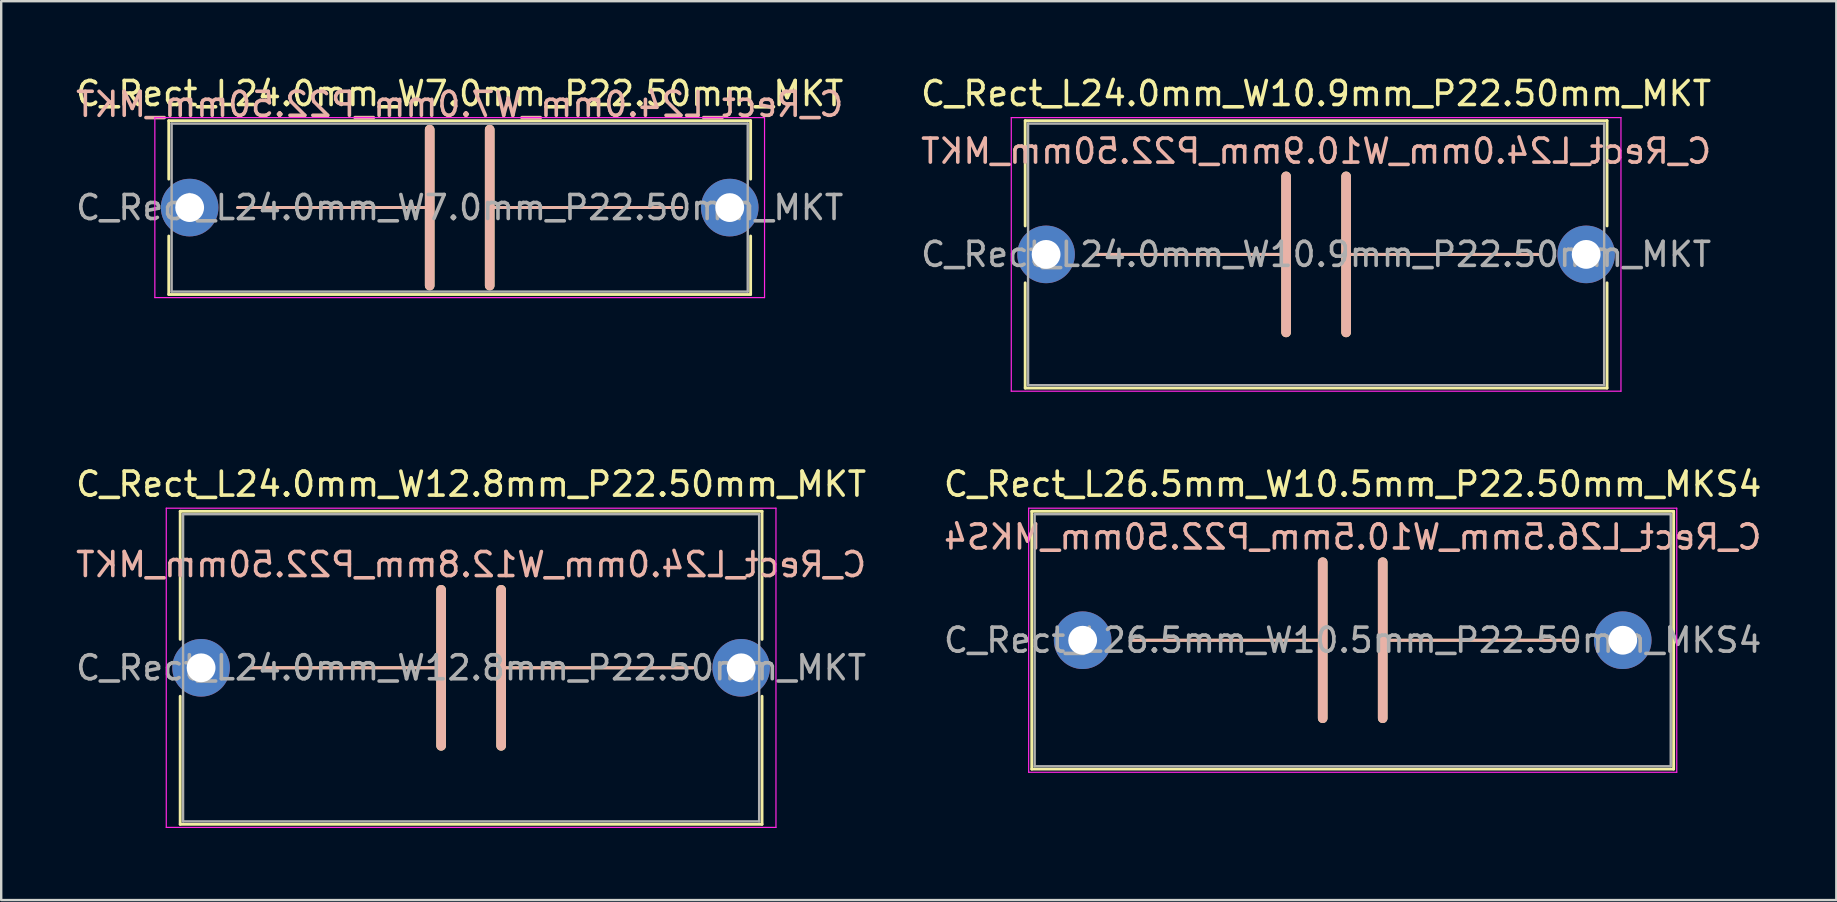
<source format=kicad_pcb>
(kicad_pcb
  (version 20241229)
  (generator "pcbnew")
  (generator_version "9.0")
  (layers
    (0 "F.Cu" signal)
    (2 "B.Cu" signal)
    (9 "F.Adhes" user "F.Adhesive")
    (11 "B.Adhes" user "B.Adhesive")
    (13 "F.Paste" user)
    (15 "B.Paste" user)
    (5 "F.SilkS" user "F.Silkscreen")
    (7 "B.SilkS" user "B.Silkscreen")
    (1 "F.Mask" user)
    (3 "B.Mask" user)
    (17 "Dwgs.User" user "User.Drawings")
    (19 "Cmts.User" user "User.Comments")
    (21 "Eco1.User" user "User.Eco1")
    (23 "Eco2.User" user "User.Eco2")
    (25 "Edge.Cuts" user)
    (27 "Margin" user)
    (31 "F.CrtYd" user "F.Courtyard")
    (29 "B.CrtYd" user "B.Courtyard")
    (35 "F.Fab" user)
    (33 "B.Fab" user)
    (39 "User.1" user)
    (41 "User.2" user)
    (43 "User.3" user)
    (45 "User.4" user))
  (footprint "C_Rect_L24.0mm_W12.8mm_P22.50mm_MKT"
    (layer "F.Cu")
    (at 5.327 24.771)
    (property "Reference" "C_Rect_L24.0mm_W12.8mm_P22.50mm_MKT" (at 11.25 -7.65 0) (layer "F.SilkS") (effects (font (size 1 1) (thickness 0.15))))
    (fp_line (start -0.87 -6.52) (end -0.87 -1.185) (stroke (width 0.12) (type solid)) (layer "F.SilkS"))
    (fp_line (start -0.87 -6.52) (end 23.37 -6.52) (stroke (width 0.12) (type solid)) (layer "F.SilkS"))
    (fp_line (start -0.87 1.185) (end -0.87 6.52) (stroke (width 0.12) (type solid)) (layer "F.SilkS"))
    (fp_line (start -0.87 6.52) (end 23.37 6.52) (stroke (width 0.12) (type solid)) (layer "F.SilkS"))
    (fp_line (start 2 0) (end 10 0) (stroke (width 0.12) (type solid)) (layer "F.SilkS"))
    (fp_line (start 10 -3.25) (end 10 3.25) (stroke (width 0.4) (type solid)) (layer "F.SilkS"))
    (fp_line (start 12.5 -3.25) (end 12.5 3.25) (stroke (width 0.4) (type solid)) (layer "F.SilkS"))
    (fp_line (start 12.5 0) (end 20.5 0) (stroke (width 0.12) (type solid)) (layer "F.SilkS"))
    (fp_line (start 23.37 -6.52) (end 23.37 -1.185) (stroke (width 0.12) (type solid)) (layer "F.SilkS"))
    (fp_line (start 23.37 1.185) (end 23.37 6.52) (stroke (width 0.12) (type solid)) (layer "F.SilkS"))
    (fp_line (start 2 0) (end 10 0) (stroke (width 0.12) (type solid)) (layer "B.SilkS"))
    (fp_line (start 10 3.25) (end 10 -3.25) (stroke (width 0.4) (type solid)) (layer "B.SilkS"))
    (fp_line (start 12.5 0) (end 20.5 0) (stroke (width 0.12) (type solid)) (layer "B.SilkS"))
    (fp_line (start 12.5 3.25) (end 12.5 -3.25) (stroke (width 0.4) (type solid)) (layer "B.SilkS"))
    (fp_line (start -1.45 -6.65) (end -1.45 6.65) (stroke (width 0.05) (type solid)) (layer "F.CrtYd"))
    (fp_line (start -1.45 6.65) (end 23.95 6.65) (stroke (width 0.05) (type solid)) (layer "F.CrtYd"))
    (fp_line (start 23.95 -6.65) (end -1.45 -6.65) (stroke (width 0.05) (type solid)) (layer "F.CrtYd"))
    (fp_line (start 23.95 6.65) (end 23.95 -6.65) (stroke (width 0.05) (type solid)) (layer "F.CrtYd"))
    (fp_line (start -0.75 -6.4) (end -0.75 6.4) (stroke (width 0.1) (type solid)) (layer "F.Fab"))
    (fp_line (start -0.75 6.4) (end 23.25 6.4) (stroke (width 0.1) (type solid)) (layer "F.Fab"))
    (fp_line (start 23.25 -6.4) (end -0.75 -6.4) (stroke (width 0.1) (type solid)) (layer "F.Fab"))
    (fp_line (start 23.25 6.4) (end 23.25 -6.4) (stroke (width 0.1) (type solid)) (layer "F.Fab"))
    (fp_text user "${REFERENCE}" (at 11.25 -4.3 0) (layer "B.SilkS") (effects (font (size 1 1) (thickness 0.15)) (justify mirror)))
    (fp_text user "${REFERENCE}" (at 11.25 0 0) (layer "F.Fab") (effects (font (size 1 1) (thickness 0.15))))
    (pad "1" thru_hole circle (at 0 0) (size 2.4 2.4) (drill 1.2) (layers "*.Cu" "*.Mask"))
    (pad "2" thru_hole circle (at 22.5 0) (size 2.4 2.4) (drill 1.2) (layers "*.Cu" "*.Mask")))
  (footprint "C_Rect_L24.0mm_W7.0mm_P22.50mm_MKT"
    (layer "F.Cu")
    (at 4.851 5.598)
    (property "Reference" "C_Rect_L24.0mm_W7.0mm_P22.50mm_MKT" (at 11.25 -4.75 0) (layer "F.SilkS") (effects (font (size 1 1) (thickness 0.15))))
    (fp_line (start -0.87 -3.62) (end -0.87 -1.185) (stroke (width 0.12) (type solid)) (layer "F.SilkS"))
    (fp_line (start -0.87 -3.62) (end 23.37 -3.62) (stroke (width 0.12) (type solid)) (layer "F.SilkS"))
    (fp_line (start -0.87 1.185) (end -0.87 3.62) (stroke (width 0.12) (type solid)) (layer "F.SilkS"))
    (fp_line (start -0.87 3.62) (end 23.37 3.62) (stroke (width 0.12) (type solid)) (layer "F.SilkS"))
    (fp_line (start 2 0) (end 10 0) (stroke (width 0.12) (type solid)) (layer "F.SilkS"))
    (fp_line (start 10 -3.25) (end 10 3.25) (stroke (width 0.4) (type solid)) (layer "F.SilkS"))
    (fp_line (start 12.5 -3.25) (end 12.5 3.25) (stroke (width 0.4) (type solid)) (layer "F.SilkS"))
    (fp_line (start 12.5 0) (end 20.5 0) (stroke (width 0.12) (type solid)) (layer "F.SilkS"))
    (fp_line (start 23.37 -3.62) (end 23.37 -1.185) (stroke (width 0.12) (type solid)) (layer "F.SilkS"))
    (fp_line (start 23.37 1.185) (end 23.37 3.62) (stroke (width 0.12) (type solid)) (layer "F.SilkS"))
    (fp_line (start 2 0) (end 10 0) (stroke (width 0.12) (type solid)) (layer "B.SilkS"))
    (fp_line (start 10 3.25) (end 10 -3.25) (stroke (width 0.4) (type solid)) (layer "B.SilkS"))
    (fp_line (start 12.5 0) (end 20.5 0) (stroke (width 0.12) (type solid)) (layer "B.SilkS"))
    (fp_line (start 12.5 3.25) (end 12.5 -3.25) (stroke (width 0.4) (type solid)) (layer "B.SilkS"))
    (fp_line (start -1.45 -3.75) (end -1.45 3.75) (stroke (width 0.05) (type solid)) (layer "F.CrtYd"))
    (fp_line (start -1.45 3.75) (end 23.95 3.75) (stroke (width 0.05) (type solid)) (layer "F.CrtYd"))
    (fp_line (start 23.95 -3.75) (end -1.45 -3.75) (stroke (width 0.05) (type solid)) (layer "F.CrtYd"))
    (fp_line (start 23.95 3.75) (end 23.95 -3.75) (stroke (width 0.05) (type solid)) (layer "F.CrtYd"))
    (fp_line (start -0.75 -3.5) (end -0.75 3.5) (stroke (width 0.1) (type solid)) (layer "F.Fab"))
    (fp_line (start -0.75 3.5) (end 23.25 3.5) (stroke (width 0.1) (type solid)) (layer "F.Fab"))
    (fp_line (start 23.25 -3.5) (end -0.75 -3.5) (stroke (width 0.1) (type solid)) (layer "F.Fab"))
    (fp_line (start 23.25 3.5) (end 23.25 -3.5) (stroke (width 0.1) (type solid)) (layer "F.Fab"))
    (fp_text user "${REFERENCE}" (at 11.25 -4.3 0) (layer "B.SilkS") (effects (font (size 1 1) (thickness 0.15)) (justify mirror)))
    (fp_text user "${REFERENCE}" (at 11.25 0 0) (layer "F.Fab") (effects (font (size 1 1) (thickness 0.15))))
    (pad "1" thru_hole circle (at 0 0) (size 2.4 2.4) (drill 1.2) (layers "*.Cu" "*.Mask"))
    (pad "2" thru_hole circle (at 22.5 0) (size 2.4 2.4) (drill 1.2) (layers "*.Cu" "*.Mask")))
  (footprint "C_Rect_L26.5mm_W10.5mm_P22.50mm_MKS4"
    (layer "F.Cu")
    (at 42.054 23.622)
    (property "Reference" "C_Rect_L26.5mm_W10.5mm_P22.50mm_MKS4" (at 11.25 -6.5 0) (layer "F.SilkS") (effects (font (size 1 1) (thickness 0.15))))
    (fp_line (start -2.12 -5.37) (end -2.12 5.37) (stroke (width 0.12) (type solid)) (layer "F.SilkS"))
    (fp_line (start -2.12 -5.37) (end 24.62 -5.37) (stroke (width 0.12) (type solid)) (layer "F.SilkS"))
    (fp_line (start -2.12 5.37) (end 24.62 5.37) (stroke (width 0.12) (type solid)) (layer "F.SilkS"))
    (fp_line (start 2 0) (end 10 0) (stroke (width 0.12) (type solid)) (layer "F.SilkS"))
    (fp_line (start 10 -3.25) (end 10 3.25) (stroke (width 0.4) (type solid)) (layer "F.SilkS"))
    (fp_line (start 12.5 -3.25) (end 12.5 3.25) (stroke (width 0.4) (type solid)) (layer "F.SilkS"))
    (fp_line (start 12.5 0) (end 20.5 0) (stroke (width 0.12) (type solid)) (layer "F.SilkS"))
    (fp_line (start 24.62 -5.37) (end 24.62 5.37) (stroke (width 0.12) (type solid)) (layer "F.SilkS"))
    (fp_line (start 2 0) (end 10 0) (stroke (width 0.12) (type solid)) (layer "B.SilkS"))
    (fp_line (start 10 3.25) (end 10 -3.25) (stroke (width 0.4) (type solid)) (layer "B.SilkS"))
    (fp_line (start 12.5 0) (end 20.5 0) (stroke (width 0.12) (type solid)) (layer "B.SilkS"))
    (fp_line (start 12.5 3.25) (end 12.5 -3.25) (stroke (width 0.4) (type solid)) (layer "B.SilkS"))
    (fp_line (start -2.25 -5.5) (end -2.25 5.5) (stroke (width 0.05) (type solid)) (layer "F.CrtYd"))
    (fp_line (start -2.25 5.5) (end 24.75 5.5) (stroke (width 0.05) (type solid)) (layer "F.CrtYd"))
    (fp_line (start 24.75 -5.5) (end -2.25 -5.5) (stroke (width 0.05) (type solid)) (layer "F.CrtYd"))
    (fp_line (start 24.75 5.5) (end 24.75 -5.5) (stroke (width 0.05) (type solid)) (layer "F.CrtYd"))
    (fp_line (start -2 -5.25) (end -2 5.25) (stroke (width 0.1) (type solid)) (layer "F.Fab"))
    (fp_line (start -2 5.25) (end 24.5 5.25) (stroke (width 0.1) (type solid)) (layer "F.Fab"))
    (fp_line (start 24.5 -5.25) (end -2 -5.25) (stroke (width 0.1) (type solid)) (layer "F.Fab"))
    (fp_line (start 24.5 5.25) (end 24.5 -5.25) (stroke (width 0.1) (type solid)) (layer "F.Fab"))
    (fp_text user "${REFERENCE}" (at 11.25 -4.3 0) (layer "B.SilkS") (effects (font (size 1 1) (thickness 0.15)) (justify mirror)))
    (fp_text user "${REFERENCE}" (at 11.25 0 0) (layer "F.Fab") (effects (font (size 1 1) (thickness 0.15))))
    (pad "1" thru_hole circle (at 0 0) (size 2.4 2.4) (drill 1.2) (layers "*.Cu" "*.Mask"))
    (pad "2" thru_hole circle (at 22.5 0) (size 2.4 2.4) (drill 1.2) (layers "*.Cu" "*.Mask")))
  (footprint "C_Rect_L24.0mm_W10.9mm_P22.50mm_MKT"
    (layer "F.Cu")
    (at 40.53 7.548)
    (property "Reference" "C_Rect_L24.0mm_W10.9mm_P22.50mm_MKT" (at 11.25 -6.7 0) (layer "F.SilkS") (effects (font (size 1 1) (thickness 0.15))))
    (fp_line (start -0.87 -5.57) (end -0.87 -1.185) (stroke (width 0.12) (type solid)) (layer "F.SilkS"))
    (fp_line (start -0.87 -5.57) (end 23.37 -5.57) (stroke (width 0.12) (type solid)) (layer "F.SilkS"))
    (fp_line (start -0.87 1.185) (end -0.87 5.57) (stroke (width 0.12) (type solid)) (layer "F.SilkS"))
    (fp_line (start -0.87 5.57) (end 23.37 5.57) (stroke (width 0.12) (type solid)) (layer "F.SilkS"))
    (fp_line (start 2 0) (end 10 0) (stroke (width 0.12) (type solid)) (layer "F.SilkS"))
    (fp_line (start 10 -3.25) (end 10 3.25) (stroke (width 0.4) (type solid)) (layer "F.SilkS"))
    (fp_line (start 12.5 -3.25) (end 12.5 3.25) (stroke (width 0.4) (type solid)) (layer "F.SilkS"))
    (fp_line (start 12.5 0) (end 20.5 0) (stroke (width 0.12) (type solid)) (layer "F.SilkS"))
    (fp_line (start 23.37 -5.57) (end 23.37 -1.185) (stroke (width 0.12) (type solid)) (layer "F.SilkS"))
    (fp_line (start 23.37 1.185) (end 23.37 5.57) (stroke (width 0.12) (type solid)) (layer "F.SilkS"))
    (fp_line (start 2 0) (end 10 0) (stroke (width 0.12) (type solid)) (layer "B.SilkS"))
    (fp_line (start 10 3.25) (end 10 -3.25) (stroke (width 0.4) (type solid)) (layer "B.SilkS"))
    (fp_line (start 12.5 0) (end 20.5 0) (stroke (width 0.12) (type solid)) (layer "B.SilkS"))
    (fp_line (start 12.5 3.25) (end 12.5 -3.25) (stroke (width 0.4) (type solid)) (layer "B.SilkS"))
    (fp_line (start -1.45 -5.7) (end -1.45 5.7) (stroke (width 0.05) (type solid)) (layer "F.CrtYd"))
    (fp_line (start -1.45 5.7) (end 23.95 5.7) (stroke (width 0.05) (type solid)) (layer "F.CrtYd"))
    (fp_line (start 23.95 -5.7) (end -1.45 -5.7) (stroke (width 0.05) (type solid)) (layer "F.CrtYd"))
    (fp_line (start 23.95 5.7) (end 23.95 -5.7) (stroke (width 0.05) (type solid)) (layer "F.CrtYd"))
    (fp_line (start -0.75 -5.45) (end -0.75 5.45) (stroke (width 0.1) (type solid)) (layer "F.Fab"))
    (fp_line (start -0.75 5.45) (end 23.25 5.45) (stroke (width 0.1) (type solid)) (layer "F.Fab"))
    (fp_line (start 23.25 -5.45) (end -0.75 -5.45) (stroke (width 0.1) (type solid)) (layer "F.Fab"))
    (fp_line (start 23.25 5.45) (end 23.25 -5.45) (stroke (width 0.1) (type solid)) (layer "F.Fab"))
    (fp_text user "${REFERENCE}" (at 11.25 -4.3 0) (layer "B.SilkS") (effects (font (size 1 1) (thickness 0.15)) (justify mirror)))
    (fp_text user "${REFERENCE}" (at 11.25 0 0) (layer "F.Fab") (effects (font (size 1 1) (thickness 0.15))))
    (pad "1" thru_hole circle (at 0 0) (size 2.4 2.4) (drill 1.2) (layers "*.Cu" "*.Mask"))
    (pad "2" thru_hole circle (at 22.5 0) (size 2.4 2.4) (drill 1.2) (layers "*.Cu" "*.Mask")))
  (gr_rect
    (start -3 -3)
    (end 73.452 34.447)
    (stroke (width 0.1) (type default))
    (fill no)
    (layer "Edge.Cuts")))
</source>
